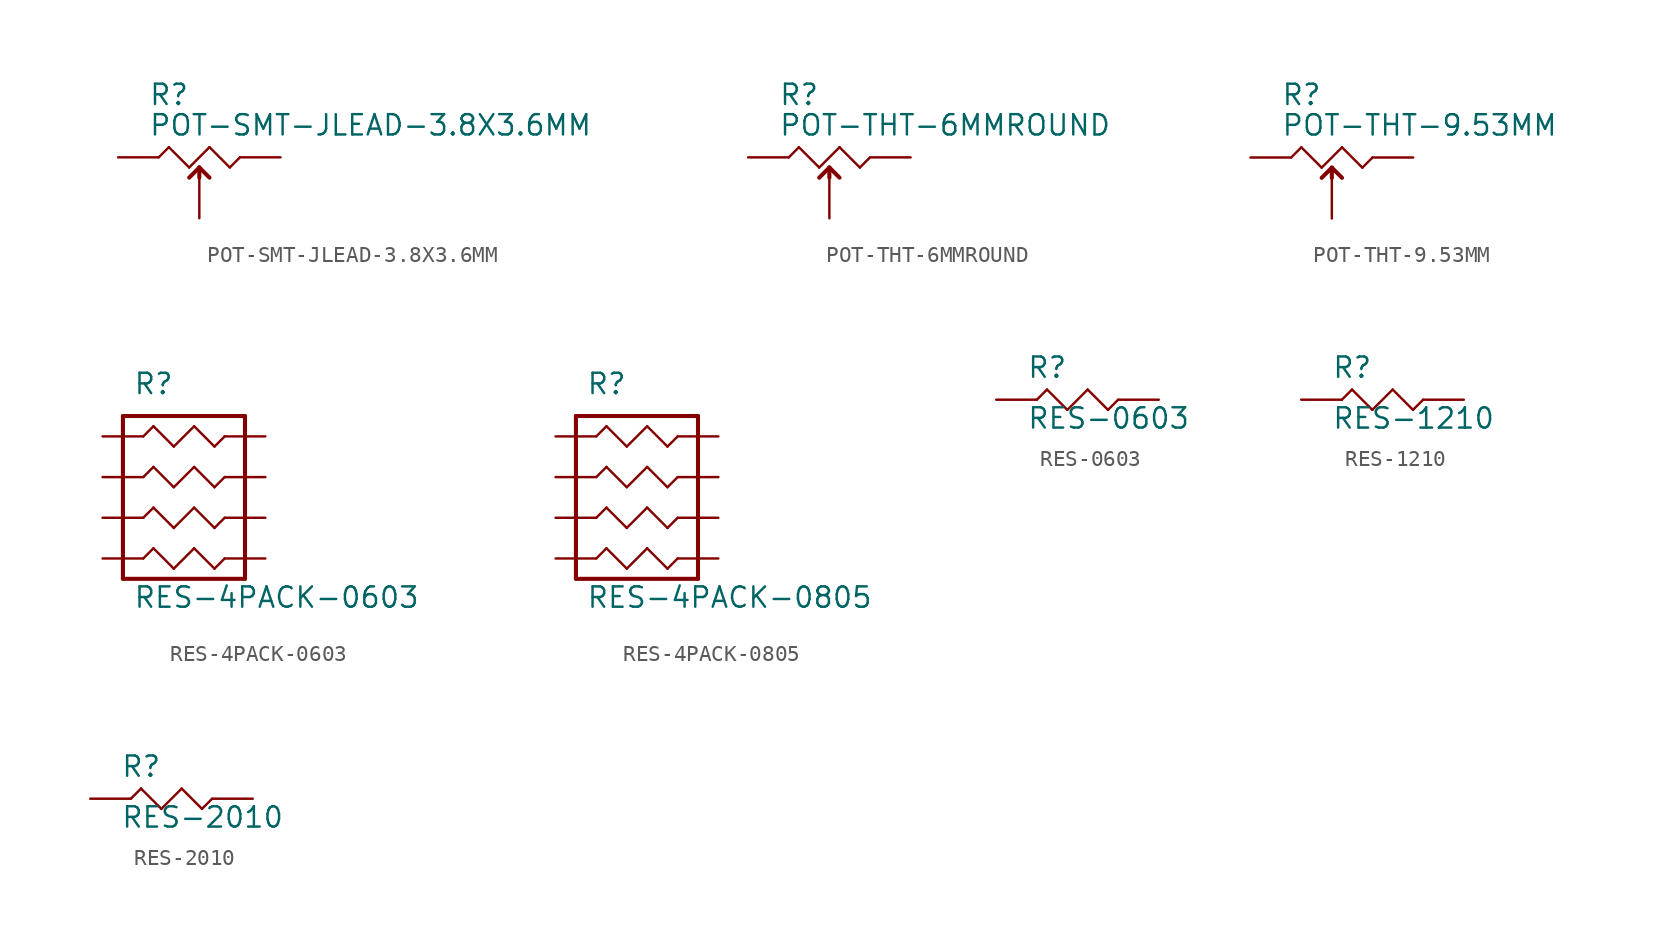
<source format=kicad_sym>
(kicad_symbol_lib
  (version 20211014)
  (generator kicad_symbol_editor)
  (symbol "POT-SMT-JLEAD-3.8X3.6MM"
    (pin_numbers hide)
    (pin_names hide)
    (property "Reference" "R"
      (at -3.175 3.175 0)
      (effects (font (size 1.27 1.27)) (justify left bottom)))
    (property "Value" "POT-SMT-JLEAD-3.8X3.6MM"
      (at -3.175 1.27 0)
      (effects (font (size 1.27 1.27)) (justify left bottom)))
    (property "Datasheet" ""
      (at 0 0 0))
    (property "ki_fp_filters" "FlashPCB_Resistors:POT-TC33"
      (at 0 0 0))
    (symbol "POT-SMT-JLEAD-3.8X3.6MM_1_1"
      (polyline (pts (xy -2.54 0) (xy -1.905 0.635)) (stroke (width 0.152)) (fill (type none)))
      (polyline (pts (xy -1.905 0.635) (xy -0.635 -0.635)) (stroke (width 0.152)) (fill (type none)))
      (polyline (pts (xy -0.635 -0.635) (xy 0.635 0.635)) (stroke (width 0.152)) (fill (type none)))
      (polyline (pts (xy 0.635 0.635) (xy 1.905 -0.635)) (stroke (width 0.152)) (fill (type none)))
      (polyline (pts (xy 1.905 -0.635) (xy 2.54 0)) (stroke (width 0.152)) (fill (type none)))
      (polyline (pts (xy 0 -1.27) (xy 0 -0.635)) (stroke (width 0.254)) (fill (type none)))
      (polyline (pts (xy 0 -0.635) (xy 0.635 -1.27)) (stroke (width 0.254)) (fill (type none)))
      (polyline (pts (xy 0 -0.635) (xy -0.635 -1.27)) (stroke (width 0.254)) (fill (type none)))
      (pin bidirectional line (at -5.08 0 0) (length 2.54) (name "1" (effects (font (size 0 0)))) (number "1" (effects (font (size 0 0)))))
      (pin bidirectional line (at 5.08 0 180) (length 2.54) (name "3" (effects (font (size 0 0)))) (number "3" (effects (font (size 0 0)))))
      (pin bidirectional line (at 0 -3.81 90) (length 2.54) (name "OUT" (effects (font (size 0 0)))) (number "2" (effects (font (size 0 0)))))))
  (symbol "POT-THT-6MMROUND"
    (pin_numbers hide)
    (pin_names hide)
    (property "Reference" "R"
      (at -3.175 3.175 0)
      (effects (font (size 1.27 1.27)) (justify left bottom)))
    (property "Value" "POT-THT-6MMROUND"
      (at -3.175 1.27 0)
      (effects (font (size 1.27 1.27)) (justify left bottom)))
    (property "Datasheet" ""
      (at 0 0 0))
    (property "ki_fp_filters" "FlashPCB_Resistors:POT-3306F FlashPCB_Resistors:POT-3306K FlashPCB_Resistors:POT-3306P FlashPCB_Resistors:POT-3306W"
      (at 0 0 0))
    (symbol "POT-THT-6MMROUND_1_1"
      (polyline (pts (xy -2.54 0) (xy -1.905 0.635)) (stroke (width 0.152)) (fill (type none)))
      (polyline (pts (xy -1.905 0.635) (xy -0.635 -0.635)) (stroke (width 0.152)) (fill (type none)))
      (polyline (pts (xy -0.635 -0.635) (xy 0.635 0.635)) (stroke (width 0.152)) (fill (type none)))
      (polyline (pts (xy 0.635 0.635) (xy 1.905 -0.635)) (stroke (width 0.152)) (fill (type none)))
      (polyline (pts (xy 1.905 -0.635) (xy 2.54 0)) (stroke (width 0.152)) (fill (type none)))
      (polyline (pts (xy 0 -1.27) (xy 0 -0.635)) (stroke (width 0.254)) (fill (type none)))
      (polyline (pts (xy 0 -0.635) (xy 0.635 -1.27)) (stroke (width 0.254)) (fill (type none)))
      (polyline (pts (xy 0 -0.635) (xy -0.635 -1.27)) (stroke (width 0.254)) (fill (type none)))
      (pin bidirectional line (at -5.08 0 0) (length 2.54) (name "1" (effects (font (size 0 0)))) (number "1" (effects (font (size 0 0)))))
      (pin bidirectional line (at 5.08 0 180) (length 2.54) (name "3" (effects (font (size 0 0)))) (number "3" (effects (font (size 0 0)))))
      (pin bidirectional line (at 0 -3.81 90) (length 2.54) (name "OUT" (effects (font (size 0 0)))) (number "2" (effects (font (size 0 0)))))))
  (symbol "POT-THT-9.53MM"
    (pin_numbers hide)
    (pin_names hide)
    (property "Reference" "R"
      (at -3.175 3.175 0)
      (effects (font (size 1.27 1.27)) (justify left bottom)))
    (property "Value" "POT-THT-9.53MM"
      (at -3.175 1.27 0)
      (effects (font (size 1.27 1.27)) (justify left bottom)))
    (property "Datasheet" ""
      (at 0 0 0))
    (property "ki_fp_filters" "FlashPCB_Resistors:POT-3299P FlashPCB_Resistors:POT-3299W FlashPCB_Resistors:POT-3299X FlashPCB_Resistors:POT-3299Y FlashPCB_Resistors:POT-3299Z"
      (at 0 0 0))
    (symbol "POT-THT-9.53MM_1_1"
      (polyline (pts (xy -2.54 0) (xy -1.905 0.635)) (stroke (width 0.152)) (fill (type none)))
      (polyline (pts (xy -1.905 0.635) (xy -0.635 -0.635)) (stroke (width 0.152)) (fill (type none)))
      (polyline (pts (xy -0.635 -0.635) (xy 0.635 0.635)) (stroke (width 0.152)) (fill (type none)))
      (polyline (pts (xy 0.635 0.635) (xy 1.905 -0.635)) (stroke (width 0.152)) (fill (type none)))
      (polyline (pts (xy 1.905 -0.635) (xy 2.54 0)) (stroke (width 0.152)) (fill (type none)))
      (polyline (pts (xy 0 -1.27) (xy 0 -0.635)) (stroke (width 0.254)) (fill (type none)))
      (polyline (pts (xy 0 -0.635) (xy 0.635 -1.27)) (stroke (width 0.254)) (fill (type none)))
      (polyline (pts (xy 0 -0.635) (xy -0.635 -1.27)) (stroke (width 0.254)) (fill (type none)))
      (pin bidirectional line (at -5.08 0 0) (length 2.54) (name "1" (effects (font (size 0 0)))) (number "1" (effects (font (size 0 0)))))
      (pin bidirectional line (at 5.08 0 180) (length 2.54) (name "3" (effects (font (size 0 0)))) (number "3" (effects (font (size 0 0)))))
      (pin bidirectional line (at 0 -3.81 90) (length 2.54) (name "OUT" (effects (font (size 0 0)))) (number "2" (effects (font (size 0 0)))))))
  (symbol "RES-4PACK-0603"
    (pin_numbers hide)
    (pin_names hide)
    (property "Reference" "R"
      (at -3.175 2.54 0)
      (effects (font (size 1.27 1.27)) (justify left bottom)))
    (property "Value" "RES-4PACK-0603"
      (at -3.175 -10.795 0)
      (effects (font (size 1.27 1.27)) (justify left bottom)))
    (property "Datasheet" ""
      (at 0 0 0))
    (property "ki_fp_filters" "FlashPCB_Resistors:RES-4PACK-0603"
      (at 0 0 0))
    (symbol "RES-4PACK-0603_1_1"
      (polyline (pts (xy -2.54 0) (xy -1.905 0.635)) (stroke (width 0.152)) (fill (type none)))
      (polyline (pts (xy -1.905 0.635) (xy -0.635 -0.635)) (stroke (width 0.152)) (fill (type none)))
      (polyline (pts (xy -0.635 -0.635) (xy 0.635 0.635)) (stroke (width 0.152)) (fill (type none)))
      (polyline (pts (xy 0.635 0.635) (xy 1.905 -0.635)) (stroke (width 0.152)) (fill (type none)))
      (polyline (pts (xy 1.905 -0.635) (xy 2.54 0)) (stroke (width 0.152)) (fill (type none)))
      (polyline (pts (xy -2.54 -2.54) (xy -1.905 -1.905)) (stroke (width 0.152)) (fill (type none)))
      (polyline (pts (xy -1.905 -1.905) (xy -0.635 -3.175)) (stroke (width 0.152)) (fill (type none)))
      (polyline (pts (xy -0.635 -3.175) (xy 0.635 -1.905)) (stroke (width 0.152)) (fill (type none)))
      (polyline (pts (xy 0.635 -1.905) (xy 1.905 -3.175)) (stroke (width 0.152)) (fill (type none)))
      (polyline (pts (xy 1.905 -3.175) (xy 2.54 -2.54)) (stroke (width 0.152)) (fill (type none)))
      (polyline (pts (xy -2.54 -5.08) (xy -1.905 -4.445)) (stroke (width 0.152)) (fill (type none)))
      (polyline (pts (xy -1.905 -4.445) (xy -0.635 -5.715)) (stroke (width 0.152)) (fill (type none)))
      (polyline (pts (xy -0.635 -5.715) (xy 0.635 -4.445)) (stroke (width 0.152)) (fill (type none)))
      (polyline (pts (xy 0.635 -4.445) (xy 1.905 -5.715)) (stroke (width 0.152)) (fill (type none)))
      (polyline (pts (xy 1.905 -5.715) (xy 2.54 -5.08)) (stroke (width 0.152)) (fill (type none)))
      (polyline (pts (xy -2.54 -7.62) (xy -1.905 -6.985)) (stroke (width 0.152)) (fill (type none)))
      (polyline (pts (xy -1.905 -6.985) (xy -0.635 -8.255)) (stroke (width 0.152)) (fill (type none)))
      (polyline (pts (xy -0.635 -8.255) (xy 0.635 -6.985)) (stroke (width 0.152)) (fill (type none)))
      (polyline (pts (xy 0.635 -6.985) (xy 1.905 -8.255)) (stroke (width 0.152)) (fill (type none)))
      (polyline (pts (xy 1.905 -8.255) (xy 2.54 -7.62)) (stroke (width 0.152)) (fill (type none)))
      (polyline (pts (xy -3.81 1.27) (xy 3.81 1.27)) (stroke (width 0.254)) (fill (type none)))
      (polyline (pts (xy 3.81 1.27) (xy 3.81 -8.89)) (stroke (width 0.254)) (fill (type none)))
      (polyline (pts (xy 3.81 -8.89) (xy -3.81 -8.89)) (stroke (width 0.254)) (fill (type none)))
      (polyline (pts (xy -3.81 -8.89) (xy -3.81 1.27)) (stroke (width 0.254)) (fill (type none)))
      (pin bidirectional line (at -5.08 0 0) (length 2.54) (name "1" (effects (font (size 0 0)))) (number "1" (effects (font (size 0 0)))))
      (pin bidirectional line (at 5.08 0 180) (length 2.54) (name "2" (effects (font (size 0 0)))) (number "2" (effects (font (size 0 0)))))
      (pin bidirectional line (at -5.08 -2.54 0) (length 2.54) (name "3" (effects (font (size 0 0)))) (number "3" (effects (font (size 0 0)))))
      (pin bidirectional line (at 5.08 -2.54 180) (length 2.54) (name "4" (effects (font (size 0 0)))) (number "4" (effects (font (size 0 0)))))
      (pin bidirectional line (at -5.08 -5.08 0) (length 2.54) (name "5" (effects (font (size 0 0)))) (number "5" (effects (font (size 0 0)))))
      (pin bidirectional line (at 5.08 -5.08 180) (length 2.54) (name "6" (effects (font (size 0 0)))) (number "6" (effects (font (size 0 0)))))
      (pin bidirectional line (at -5.08 -7.62 0) (length 2.54) (name "7" (effects (font (size 0 0)))) (number "7" (effects (font (size 0 0)))))
      (pin bidirectional line (at 5.08 -7.62 180) (length 2.54) (name "8" (effects (font (size 0 0)))) (number "8" (effects (font (size 0 0)))))))
  (symbol "RES-4PACK-0805"
    (pin_numbers hide)
    (pin_names hide)
    (property "Reference" "R"
      (at -3.175 2.54 0)
      (effects (font (size 1.27 1.27)) (justify left bottom)))
    (property "Value" "RES-4PACK-0805"
      (at -3.175 -10.795 0)
      (effects (font (size 1.27 1.27)) (justify left bottom)))
    (property "Datasheet" ""
      (at 0 0 0))
    (property "ki_fp_filters" "FlashPCB_Resistors:RES-4PACK-0805"
      (at 0 0 0))
    (symbol "RES-4PACK-0805_1_1"
      (polyline (pts (xy -2.54 0) (xy -1.905 0.635)) (stroke (width 0.152)) (fill (type none)))
      (polyline (pts (xy -1.905 0.635) (xy -0.635 -0.635)) (stroke (width 0.152)) (fill (type none)))
      (polyline (pts (xy -0.635 -0.635) (xy 0.635 0.635)) (stroke (width 0.152)) (fill (type none)))
      (polyline (pts (xy 0.635 0.635) (xy 1.905 -0.635)) (stroke (width 0.152)) (fill (type none)))
      (polyline (pts (xy 1.905 -0.635) (xy 2.54 0)) (stroke (width 0.152)) (fill (type none)))
      (polyline (pts (xy -2.54 -2.54) (xy -1.905 -1.905)) (stroke (width 0.152)) (fill (type none)))
      (polyline (pts (xy -1.905 -1.905) (xy -0.635 -3.175)) (stroke (width 0.152)) (fill (type none)))
      (polyline (pts (xy -0.635 -3.175) (xy 0.635 -1.905)) (stroke (width 0.152)) (fill (type none)))
      (polyline (pts (xy 0.635 -1.905) (xy 1.905 -3.175)) (stroke (width 0.152)) (fill (type none)))
      (polyline (pts (xy 1.905 -3.175) (xy 2.54 -2.54)) (stroke (width 0.152)) (fill (type none)))
      (polyline (pts (xy -2.54 -5.08) (xy -1.905 -4.445)) (stroke (width 0.152)) (fill (type none)))
      (polyline (pts (xy -1.905 -4.445) (xy -0.635 -5.715)) (stroke (width 0.152)) (fill (type none)))
      (polyline (pts (xy -0.635 -5.715) (xy 0.635 -4.445)) (stroke (width 0.152)) (fill (type none)))
      (polyline (pts (xy 0.635 -4.445) (xy 1.905 -5.715)) (stroke (width 0.152)) (fill (type none)))
      (polyline (pts (xy 1.905 -5.715) (xy 2.54 -5.08)) (stroke (width 0.152)) (fill (type none)))
      (polyline (pts (xy -2.54 -7.62) (xy -1.905 -6.985)) (stroke (width 0.152)) (fill (type none)))
      (polyline (pts (xy -1.905 -6.985) (xy -0.635 -8.255)) (stroke (width 0.152)) (fill (type none)))
      (polyline (pts (xy -0.635 -8.255) (xy 0.635 -6.985)) (stroke (width 0.152)) (fill (type none)))
      (polyline (pts (xy 0.635 -6.985) (xy 1.905 -8.255)) (stroke (width 0.152)) (fill (type none)))
      (polyline (pts (xy 1.905 -8.255) (xy 2.54 -7.62)) (stroke (width 0.152)) (fill (type none)))
      (polyline (pts (xy -3.81 1.27) (xy 3.81 1.27)) (stroke (width 0.254)) (fill (type none)))
      (polyline (pts (xy 3.81 1.27) (xy 3.81 -8.89)) (stroke (width 0.254)) (fill (type none)))
      (polyline (pts (xy 3.81 -8.89) (xy -3.81 -8.89)) (stroke (width 0.254)) (fill (type none)))
      (polyline (pts (xy -3.81 -8.89) (xy -3.81 1.27)) (stroke (width 0.254)) (fill (type none)))
      (pin bidirectional line (at -5.08 0 0) (length 2.54) (name "1" (effects (font (size 0 0)))) (number "1" (effects (font (size 0 0)))))
      (pin bidirectional line (at 5.08 0 180) (length 2.54) (name "2" (effects (font (size 0 0)))) (number "2" (effects (font (size 0 0)))))
      (pin bidirectional line (at -5.08 -2.54 0) (length 2.54) (name "3" (effects (font (size 0 0)))) (number "3" (effects (font (size 0 0)))))
      (pin bidirectional line (at 5.08 -2.54 180) (length 2.54) (name "4" (effects (font (size 0 0)))) (number "4" (effects (font (size 0 0)))))
      (pin bidirectional line (at -5.08 -5.08 0) (length 2.54) (name "5" (effects (font (size 0 0)))) (number "5" (effects (font (size 0 0)))))
      (pin bidirectional line (at 5.08 -5.08 180) (length 2.54) (name "6" (effects (font (size 0 0)))) (number "6" (effects (font (size 0 0)))))
      (pin bidirectional line (at -5.08 -7.62 0) (length 2.54) (name "7" (effects (font (size 0 0)))) (number "7" (effects (font (size 0 0)))))
      (pin bidirectional line (at 5.08 -7.62 180) (length 2.54) (name "8" (effects (font (size 0 0)))) (number "8" (effects (font (size 0 0)))))))
  (symbol "RES-0603"
    (pin_numbers hide)
    (pin_names hide)
    (property "Reference" "R"
      (at -3.175 1.27 0)
      (effects (font (size 1.27 1.27)) (justify left bottom)))
    (property "Value" "RES-0603"
      (at -3.175 -1.905 0)
      (effects (font (size 1.27 1.27)) (justify left bottom)))
    (property "Datasheet" ""
      (at 0 0 0))
    (property "ki_description" "https://www.digikey.com/en/products/filter/chip-resistor-surface-mount/52?s=N4IgjCBcpgbFoDGUBmBDANgZwKYBoQB7KAbRAGYBOAJgBZ4BdAgBwBcoQBlVgJwEsAdgHMQAX1EFqpEDxxY%2BWVoR4gGooA "
      (at 0 0 0))
    (property "ki_fp_filters" "FlashPCB_Resistors:RES-0603"
      (at 0 0 0))
    (symbol "RES-0603_1_1"
      (polyline (pts (xy -2.54 0) (xy -1.905 0.635)) (stroke (width 0.152)) (fill (type none)))
      (polyline (pts (xy -1.905 0.635) (xy -0.635 -0.635)) (stroke (width 0.152)) (fill (type none)))
      (polyline (pts (xy -0.635 -0.635) (xy 0.635 0.635)) (stroke (width 0.152)) (fill (type none)))
      (polyline (pts (xy 0.635 0.635) (xy 1.905 -0.635)) (stroke (width 0.152)) (fill (type none)))
      (polyline (pts (xy 1.905 -0.635) (xy 2.54 0)) (stroke (width 0.152)) (fill (type none)))
      (pin bidirectional line (at -5.08 0 0) (length 2.54) (name "1" (effects (font (size 0 0)))) (number "1" (effects (font (size 0 0)))))
      (pin bidirectional line (at 5.08 0 180) (length 2.54) (name "2" (effects (font (size 0 0)))) (number "2" (effects (font (size 0 0)))))))
  (symbol "RES-1210"
    (pin_numbers hide)
    (pin_names hide)
    (property "Reference" "R"
      (at -3.175 1.27 0)
      (effects (font (size 1.27 1.27)) (justify left bottom)))
    (property "Value" "RES-1210"
      (at -3.175 -1.905 0)
      (effects (font (size 1.27 1.27)) (justify left bottom)))
    (property "Datasheet" ""
      (at 0 0 0))
    (property "ki_description" "https://www.digikey.com/en/products/filter/chip-resistor-surface-mount/52?s=N4IgjCBcpgbFoDGUBmBDANgZwKYBoQB7KAbRAGYBOAJgBZ4BdAgBwBcoQBlVgJwEsAdgHMQAX1EFqpEDxxY%2BWVoR4gGooA "
      (at 0 0 0))
    (property "ki_fp_filters" "FlashPCB_Resistors:RES-1210"
      (at 0 0 0))
    (symbol "RES-1210_1_1"
      (polyline (pts (xy -2.54 0) (xy -1.905 0.635)) (stroke (width 0.152)) (fill (type none)))
      (polyline (pts (xy -1.905 0.635) (xy -0.635 -0.635)) (stroke (width 0.152)) (fill (type none)))
      (polyline (pts (xy -0.635 -0.635) (xy 0.635 0.635)) (stroke (width 0.152)) (fill (type none)))
      (polyline (pts (xy 0.635 0.635) (xy 1.905 -0.635)) (stroke (width 0.152)) (fill (type none)))
      (polyline (pts (xy 1.905 -0.635) (xy 2.54 0)) (stroke (width 0.152)) (fill (type none)))
      (pin bidirectional line (at -5.08 0 0) (length 2.54) (name "1" (effects (font (size 0 0)))) (number "1" (effects (font (size 0 0)))))
      (pin bidirectional line (at 5.08 0 180) (length 2.54) (name "2" (effects (font (size 0 0)))) (number "2" (effects (font (size 0 0)))))))
  (symbol "RES-2010"
    (pin_numbers hide)
    (pin_names hide)
    (property "Reference" "R"
      (at -3.175 1.27 0)
      (effects (font (size 1.27 1.27)) (justify left bottom)))
    (property "Value" "RES-2010"
      (at -3.175 -1.905 0)
      (effects (font (size 1.27 1.27)) (justify left bottom)))
    (property "Datasheet" ""
      (at 0 0 0))
    (property "ki_description" "https://www.digikey.com/en/products/filter/chip-resistor-surface-mount/52?s=N4IgjCBcpgbFoDGUBmBDANgZwKYBoQB7KAbRAGYBOAJgBZ4BdAgBwBcoQBlVgJwEsAdgHMQAX1EFqpEDxxY%2BWVoR4gGooA "
      (at 0 0 0))
    (property "ki_fp_filters" "FlashPCB_Resistors:RES-2010"
      (at 0 0 0))
    (symbol "RES-2010_1_1"
      (polyline (pts (xy -2.54 0) (xy -1.905 0.635)) (stroke (width 0.152)) (fill (type none)))
      (polyline (pts (xy -1.905 0.635) (xy -0.635 -0.635)) (stroke (width 0.152)) (fill (type none)))
      (polyline (pts (xy -0.635 -0.635) (xy 0.635 0.635)) (stroke (width 0.152)) (fill (type none)))
      (polyline (pts (xy 0.635 0.635) (xy 1.905 -0.635)) (stroke (width 0.152)) (fill (type none)))
      (polyline (pts (xy 1.905 -0.635) (xy 2.54 0)) (stroke (width 0.152)) (fill (type none)))
      (pin bidirectional line (at -5.08 0 0) (length 2.54) (name "1" (effects (font (size 0 0)))) (number "1" (effects (font (size 0 0)))))
      (pin bidirectional line (at 5.08 0 180) (length 2.54) (name "2" (effects (font (size 0 0)))) (number "2" (effects (font (size 0 0))))))))
</source>
